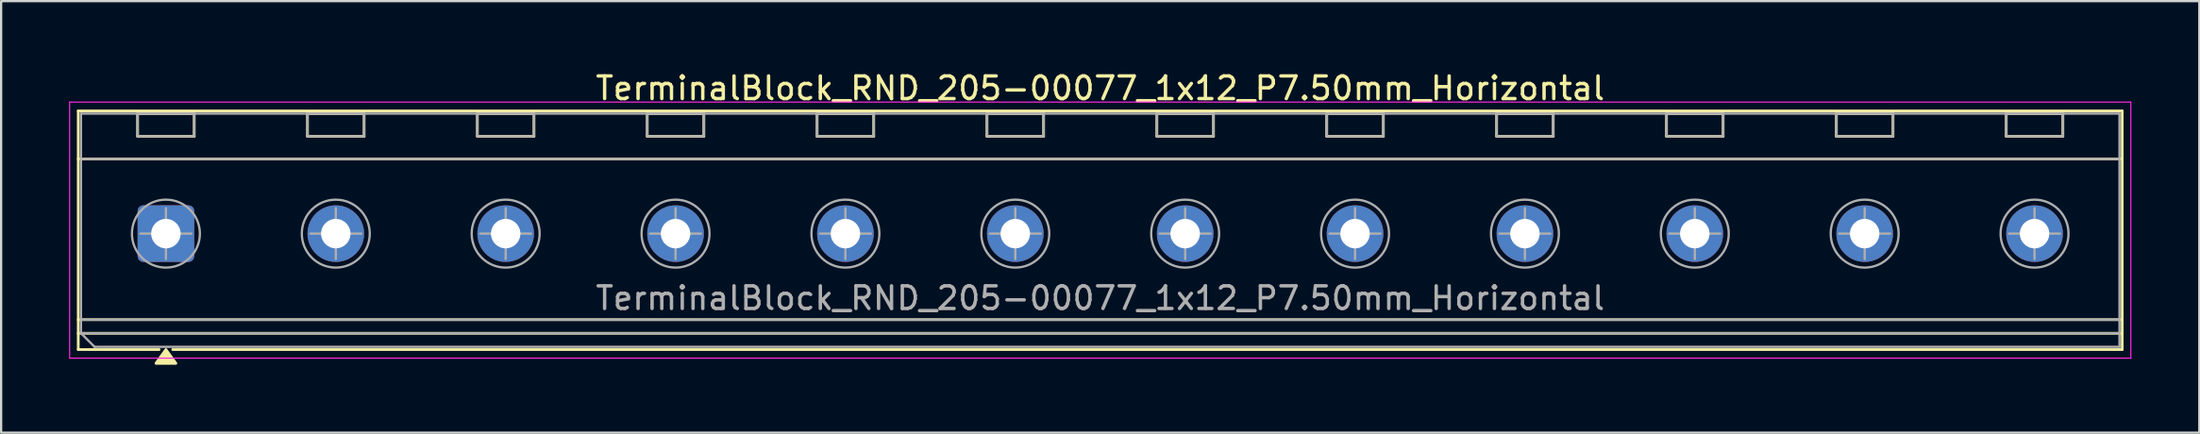
<source format=kicad_pcb>
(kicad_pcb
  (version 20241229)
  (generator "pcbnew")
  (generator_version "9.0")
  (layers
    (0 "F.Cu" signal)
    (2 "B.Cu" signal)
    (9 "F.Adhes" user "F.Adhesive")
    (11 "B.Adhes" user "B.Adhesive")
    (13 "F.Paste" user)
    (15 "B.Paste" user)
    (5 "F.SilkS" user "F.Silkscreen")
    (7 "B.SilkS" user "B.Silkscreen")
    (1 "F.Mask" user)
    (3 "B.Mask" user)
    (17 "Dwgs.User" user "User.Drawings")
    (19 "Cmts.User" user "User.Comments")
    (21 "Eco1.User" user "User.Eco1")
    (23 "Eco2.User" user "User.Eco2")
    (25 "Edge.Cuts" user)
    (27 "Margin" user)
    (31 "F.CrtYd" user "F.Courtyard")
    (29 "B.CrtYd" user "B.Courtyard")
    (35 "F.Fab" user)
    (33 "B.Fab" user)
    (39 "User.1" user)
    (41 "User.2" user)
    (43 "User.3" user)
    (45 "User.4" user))
  (footprint "TerminalBlock_RND_205-00077_1x12_P7.50mm_Horizontal"
    (layer "F.Cu")
    (at 4.275 7.268)
    (property "Reference" "TerminalBlock_RND_205-00077_1x12_P7.50mm_Horizontal" (at 41.25 -6.42 0) (layer "F.SilkS") (effects (font (size 1 1) (thickness 0.15))))
    (attr through_hole)
    (fp_line (start -3.87 -5.42) (end 86.37 -5.42) (stroke (width 0.12) (type solid)) (layer "F.SilkS"))
    (fp_line (start -3.87 -3.3) (end 86.37 -3.3) (stroke (width 0.12) (type solid)) (layer "F.SilkS"))
    (fp_line (start -3.87 3.8) (end 86.37 3.8) (stroke (width 0.12) (type solid)) (layer "F.SilkS"))
    (fp_line (start -3.87 4.4) (end 86.37 4.4) (stroke (width 0.12) (type solid)) (layer "F.SilkS"))
    (fp_line (start -3.87 5.12) (end -3.87 -5.42) (stroke (width 0.12) (type solid)) (layer "F.SilkS"))
    (fp_line (start -1.25 -5.3) (end 1.25 -5.3) (stroke (width 0.12) (type solid)) (layer "F.SilkS"))
    (fp_line (start -1.25 -4.3) (end -1.25 -5.3) (stroke (width 0.12) (type solid)) (layer "F.SilkS"))
    (fp_line (start -0.3 5.12) (end -3.87 5.12) (stroke (width 0.12) (type solid)) (layer "F.SilkS"))
    (fp_line (start 1.25 -5.3) (end 1.25 -4.3) (stroke (width 0.12) (type solid)) (layer "F.SilkS"))
    (fp_line (start 1.25 -4.3) (end -1.25 -4.3) (stroke (width 0.12) (type solid)) (layer "F.SilkS"))
    (fp_line (start 6.25 -5.3) (end 8.75 -5.3) (stroke (width 0.12) (type solid)) (layer "F.SilkS"))
    (fp_line (start 6.25 -4.3) (end 6.25 -5.3) (stroke (width 0.12) (type solid)) (layer "F.SilkS"))
    (fp_line (start 8.75 -5.3) (end 8.75 -4.3) (stroke (width 0.12) (type solid)) (layer "F.SilkS"))
    (fp_line (start 8.75 -4.3) (end 6.25 -4.3) (stroke (width 0.12) (type solid)) (layer "F.SilkS"))
    (fp_line (start 13.75 -5.3) (end 16.25 -5.3) (stroke (width 0.12) (type solid)) (layer "F.SilkS"))
    (fp_line (start 13.75 -4.3) (end 13.75 -5.3) (stroke (width 0.12) (type solid)) (layer "F.SilkS"))
    (fp_line (start 16.25 -5.3) (end 16.25 -4.3) (stroke (width 0.12) (type solid)) (layer "F.SilkS"))
    (fp_line (start 16.25 -4.3) (end 13.75 -4.3) (stroke (width 0.12) (type solid)) (layer "F.SilkS"))
    (fp_line (start 21.25 -5.3) (end 23.75 -5.3) (stroke (width 0.12) (type solid)) (layer "F.SilkS"))
    (fp_line (start 21.25 -4.3) (end 21.25 -5.3) (stroke (width 0.12) (type solid)) (layer "F.SilkS"))
    (fp_line (start 23.75 -5.3) (end 23.75 -4.3) (stroke (width 0.12) (type solid)) (layer "F.SilkS"))
    (fp_line (start 23.75 -4.3) (end 21.25 -4.3) (stroke (width 0.12) (type solid)) (layer "F.SilkS"))
    (fp_line (start 28.75 -5.3) (end 31.25 -5.3) (stroke (width 0.12) (type solid)) (layer "F.SilkS"))
    (fp_line (start 28.75 -4.3) (end 28.75 -5.3) (stroke (width 0.12) (type solid)) (layer "F.SilkS"))
    (fp_line (start 31.25 -5.3) (end 31.25 -4.3) (stroke (width 0.12) (type solid)) (layer "F.SilkS"))
    (fp_line (start 31.25 -4.3) (end 28.75 -4.3) (stroke (width 0.12) (type solid)) (layer "F.SilkS"))
    (fp_line (start 36.25 -5.3) (end 38.75 -5.3) (stroke (width 0.12) (type solid)) (layer "F.SilkS"))
    (fp_line (start 36.25 -4.3) (end 36.25 -5.3) (stroke (width 0.12) (type solid)) (layer "F.SilkS"))
    (fp_line (start 38.75 -5.3) (end 38.75 -4.3) (stroke (width 0.12) (type solid)) (layer "F.SilkS"))
    (fp_line (start 38.75 -4.3) (end 36.25 -4.3) (stroke (width 0.12) (type solid)) (layer "F.SilkS"))
    (fp_line (start 43.75 -5.3) (end 46.25 -5.3) (stroke (width 0.12) (type solid)) (layer "F.SilkS"))
    (fp_line (start 43.75 -4.3) (end 43.75 -5.3) (stroke (width 0.12) (type solid)) (layer "F.SilkS"))
    (fp_line (start 46.25 -5.3) (end 46.25 -4.3) (stroke (width 0.12) (type solid)) (layer "F.SilkS"))
    (fp_line (start 46.25 -4.3) (end 43.75 -4.3) (stroke (width 0.12) (type solid)) (layer "F.SilkS"))
    (fp_line (start 51.25 -5.3) (end 53.75 -5.3) (stroke (width 0.12) (type solid)) (layer "F.SilkS"))
    (fp_line (start 51.25 -4.3) (end 51.25 -5.3) (stroke (width 0.12) (type solid)) (layer "F.SilkS"))
    (fp_line (start 53.75 -5.3) (end 53.75 -4.3) (stroke (width 0.12) (type solid)) (layer "F.SilkS"))
    (fp_line (start 53.75 -4.3) (end 51.25 -4.3) (stroke (width 0.12) (type solid)) (layer "F.SilkS"))
    (fp_line (start 58.75 -5.3) (end 61.25 -5.3) (stroke (width 0.12) (type solid)) (layer "F.SilkS"))
    (fp_line (start 58.75 -4.3) (end 58.75 -5.3) (stroke (width 0.12) (type solid)) (layer "F.SilkS"))
    (fp_line (start 61.25 -5.3) (end 61.25 -4.3) (stroke (width 0.12) (type solid)) (layer "F.SilkS"))
    (fp_line (start 61.25 -4.3) (end 58.75 -4.3) (stroke (width 0.12) (type solid)) (layer "F.SilkS"))
    (fp_line (start 66.25 -5.3) (end 68.75 -5.3) (stroke (width 0.12) (type solid)) (layer "F.SilkS"))
    (fp_line (start 66.25 -4.3) (end 66.25 -5.3) (stroke (width 0.12) (type solid)) (layer "F.SilkS"))
    (fp_line (start 68.75 -5.3) (end 68.75 -4.3) (stroke (width 0.12) (type solid)) (layer "F.SilkS"))
    (fp_line (start 68.75 -4.3) (end 66.25 -4.3) (stroke (width 0.12) (type solid)) (layer "F.SilkS"))
    (fp_line (start 73.75 -5.3) (end 76.25 -5.3) (stroke (width 0.12) (type solid)) (layer "F.SilkS"))
    (fp_line (start 73.75 -4.3) (end 73.75 -5.3) (stroke (width 0.12) (type solid)) (layer "F.SilkS"))
    (fp_line (start 76.25 -5.3) (end 76.25 -4.3) (stroke (width 0.12) (type solid)) (layer "F.SilkS"))
    (fp_line (start 76.25 -4.3) (end 73.75 -4.3) (stroke (width 0.12) (type solid)) (layer "F.SilkS"))
    (fp_line (start 81.25 -5.3) (end 83.75 -5.3) (stroke (width 0.12) (type solid)) (layer "F.SilkS"))
    (fp_line (start 81.25 -4.3) (end 81.25 -5.3) (stroke (width 0.12) (type solid)) (layer "F.SilkS"))
    (fp_line (start 83.75 -5.3) (end 83.75 -4.3) (stroke (width 0.12) (type solid)) (layer "F.SilkS"))
    (fp_line (start 83.75 -4.3) (end 81.25 -4.3) (stroke (width 0.12) (type solid)) (layer "F.SilkS"))
    (fp_line (start 86.37 -5.42) (end 86.37 5.12) (stroke (width 0.12) (type solid)) (layer "F.SilkS"))
    (fp_line (start 86.37 5.12) (end 0.3 5.12) (stroke (width 0.12) (type solid)) (layer "F.SilkS"))
    (fp_poly (pts (xy 0 5.12) (xy 0.44 5.73) (xy -0.44 5.73)) (stroke (width 0.12) (type solid)) (fill yes) (layer "F.SilkS"))
    (fp_line (start -4.25 -5.81) (end -4.25 5.5) (stroke (width 0.05) (type solid)) (layer "F.CrtYd"))
    (fp_line (start -4.25 5.5) (end 86.75 5.5) (stroke (width 0.05) (type solid)) (layer "F.CrtYd"))
    (fp_line (start 86.75 -5.81) (end -4.25 -5.81) (stroke (width 0.05) (type solid)) (layer "F.CrtYd"))
    (fp_line (start 86.75 5.5) (end 86.75 -5.81) (stroke (width 0.05) (type solid)) (layer "F.CrtYd"))
    (fp_line (start -3.75 -5.3) (end 86.25 -5.3) (stroke (width 0.1) (type solid)) (layer "F.Fab"))
    (fp_line (start -3.75 -3.3) (end 86.25 -3.3) (stroke (width 0.1) (type solid)) (layer "F.Fab"))
    (fp_line (start -3.75 3.8) (end 86.25 3.8) (stroke (width 0.1) (type solid)) (layer "F.Fab"))
    (fp_line (start -3.75 4.4) (end -3.75 -5.3) (stroke (width 0.1) (type solid)) (layer "F.Fab"))
    (fp_line (start -3.75 4.4) (end 86.25 4.4) (stroke (width 0.1) (type solid)) (layer "F.Fab"))
    (fp_line (start -3.15 5) (end -3.75 4.4) (stroke (width 0.1) (type solid)) (layer "F.Fab"))
    (fp_line (start -1.25 -5.3) (end -1.25 -4.3) (stroke (width 0.1) (type solid)) (layer "F.Fab"))
    (fp_line (start -1.25 -4.3) (end 1.25 -4.3) (stroke (width 0.1) (type solid)) (layer "F.Fab"))
    (fp_line (start -1.125 0) (end 1.125 0) (stroke (width 0.1) (type solid)) (layer "F.Fab"))
    (fp_line (start 0 -1.125) (end 0 1.125) (stroke (width 0.1) (type solid)) (layer "F.Fab"))
    (fp_line (start 1.25 -5.3) (end -1.25 -5.3) (stroke (width 0.1) (type solid)) (layer "F.Fab"))
    (fp_line (start 1.25 -4.3) (end 1.25 -5.3) (stroke (width 0.1) (type solid)) (layer "F.Fab"))
    (fp_line (start 6.25 -5.3) (end 6.25 -4.3) (stroke (width 0.1) (type solid)) (layer "F.Fab"))
    (fp_line (start 6.25 -4.3) (end 8.75 -4.3) (stroke (width 0.1) (type solid)) (layer "F.Fab"))
    (fp_line (start 6.375 0) (end 8.625 0) (stroke (width 0.1) (type solid)) (layer "F.Fab"))
    (fp_line (start 7.5 -1.125) (end 7.5 1.125) (stroke (width 0.1) (type solid)) (layer "F.Fab"))
    (fp_line (start 8.75 -5.3) (end 6.25 -5.3) (stroke (width 0.1) (type solid)) (layer "F.Fab"))
    (fp_line (start 8.75 -4.3) (end 8.75 -5.3) (stroke (width 0.1) (type solid)) (layer "F.Fab"))
    (fp_line (start 13.75 -5.3) (end 13.75 -4.3) (stroke (width 0.1) (type solid)) (layer "F.Fab"))
    (fp_line (start 13.75 -4.3) (end 16.25 -4.3) (stroke (width 0.1) (type solid)) (layer "F.Fab"))
    (fp_line (start 13.875 0) (end 16.125 0) (stroke (width 0.1) (type solid)) (layer "F.Fab"))
    (fp_line (start 15 -1.125) (end 15 1.125) (stroke (width 0.1) (type solid)) (layer "F.Fab"))
    (fp_line (start 16.25 -5.3) (end 13.75 -5.3) (stroke (width 0.1) (type solid)) (layer "F.Fab"))
    (fp_line (start 16.25 -4.3) (end 16.25 -5.3) (stroke (width 0.1) (type solid)) (layer "F.Fab"))
    (fp_line (start 21.25 -5.3) (end 21.25 -4.3) (stroke (width 0.1) (type solid)) (layer "F.Fab"))
    (fp_line (start 21.25 -4.3) (end 23.75 -4.3) (stroke (width 0.1) (type solid)) (layer "F.Fab"))
    (fp_line (start 21.375 0) (end 23.625 0) (stroke (width 0.1) (type solid)) (layer "F.Fab"))
    (fp_line (start 22.5 -1.125) (end 22.5 1.125) (stroke (width 0.1) (type solid)) (layer "F.Fab"))
    (fp_line (start 23.75 -5.3) (end 21.25 -5.3) (stroke (width 0.1) (type solid)) (layer "F.Fab"))
    (fp_line (start 23.75 -4.3) (end 23.75 -5.3) (stroke (width 0.1) (type solid)) (layer "F.Fab"))
    (fp_line (start 28.75 -5.3) (end 28.75 -4.3) (stroke (width 0.1) (type solid)) (layer "F.Fab"))
    (fp_line (start 28.75 -4.3) (end 31.25 -4.3) (stroke (width 0.1) (type solid)) (layer "F.Fab"))
    (fp_line (start 28.875 0) (end 31.125 0) (stroke (width 0.1) (type solid)) (layer "F.Fab"))
    (fp_line (start 30 -1.125) (end 30 1.125) (stroke (width 0.1) (type solid)) (layer "F.Fab"))
    (fp_line (start 31.25 -5.3) (end 28.75 -5.3) (stroke (width 0.1) (type solid)) (layer "F.Fab"))
    (fp_line (start 31.25 -4.3) (end 31.25 -5.3) (stroke (width 0.1) (type solid)) (layer "F.Fab"))
    (fp_line (start 36.25 -5.3) (end 36.25 -4.3) (stroke (width 0.1) (type solid)) (layer "F.Fab"))
    (fp_line (start 36.25 -4.3) (end 38.75 -4.3) (stroke (width 0.1) (type solid)) (layer "F.Fab"))
    (fp_line (start 36.375 0) (end 38.625 0) (stroke (width 0.1) (type solid)) (layer "F.Fab"))
    (fp_line (start 37.5 -1.125) (end 37.5 1.125) (stroke (width 0.1) (type solid)) (layer "F.Fab"))
    (fp_line (start 38.75 -5.3) (end 36.25 -5.3) (stroke (width 0.1) (type solid)) (layer "F.Fab"))
    (fp_line (start 38.75 -4.3) (end 38.75 -5.3) (stroke (width 0.1) (type solid)) (layer "F.Fab"))
    (fp_line (start 43.75 -5.3) (end 43.75 -4.3) (stroke (width 0.1) (type solid)) (layer "F.Fab"))
    (fp_line (start 43.75 -4.3) (end 46.25 -4.3) (stroke (width 0.1) (type solid)) (layer "F.Fab"))
    (fp_line (start 43.875 0) (end 46.125 0) (stroke (width 0.1) (type solid)) (layer "F.Fab"))
    (fp_line (start 45 -1.125) (end 45 1.125) (stroke (width 0.1) (type solid)) (layer "F.Fab"))
    (fp_line (start 46.25 -5.3) (end 43.75 -5.3) (stroke (width 0.1) (type solid)) (layer "F.Fab"))
    (fp_line (start 46.25 -4.3) (end 46.25 -5.3) (stroke (width 0.1) (type solid)) (layer "F.Fab"))
    (fp_line (start 51.25 -5.3) (end 51.25 -4.3) (stroke (width 0.1) (type solid)) (layer "F.Fab"))
    (fp_line (start 51.25 -4.3) (end 53.75 -4.3) (stroke (width 0.1) (type solid)) (layer "F.Fab"))
    (fp_line (start 51.375 0) (end 53.625 0) (stroke (width 0.1) (type solid)) (layer "F.Fab"))
    (fp_line (start 52.5 -1.125) (end 52.5 1.125) (stroke (width 0.1) (type solid)) (layer "F.Fab"))
    (fp_line (start 53.75 -5.3) (end 51.25 -5.3) (stroke (width 0.1) (type solid)) (layer "F.Fab"))
    (fp_line (start 53.75 -4.3) (end 53.75 -5.3) (stroke (width 0.1) (type solid)) (layer "F.Fab"))
    (fp_line (start 58.75 -5.3) (end 58.75 -4.3) (stroke (width 0.1) (type solid)) (layer "F.Fab"))
    (fp_line (start 58.75 -4.3) (end 61.25 -4.3) (stroke (width 0.1) (type solid)) (layer "F.Fab"))
    (fp_line (start 58.875 0) (end 61.125 0) (stroke (width 0.1) (type solid)) (layer "F.Fab"))
    (fp_line (start 60 -1.125) (end 60 1.125) (stroke (width 0.1) (type solid)) (layer "F.Fab"))
    (fp_line (start 61.25 -5.3) (end 58.75 -5.3) (stroke (width 0.1) (type solid)) (layer "F.Fab"))
    (fp_line (start 61.25 -4.3) (end 61.25 -5.3) (stroke (width 0.1) (type solid)) (layer "F.Fab"))
    (fp_line (start 66.25 -5.3) (end 66.25 -4.3) (stroke (width 0.1) (type solid)) (layer "F.Fab"))
    (fp_line (start 66.25 -4.3) (end 68.75 -4.3) (stroke (width 0.1) (type solid)) (layer "F.Fab"))
    (fp_line (start 66.375 0) (end 68.625 0) (stroke (width 0.1) (type solid)) (layer "F.Fab"))
    (fp_line (start 67.5 -1.125) (end 67.5 1.125) (stroke (width 0.1) (type solid)) (layer "F.Fab"))
    (fp_line (start 68.75 -5.3) (end 66.25 -5.3) (stroke (width 0.1) (type solid)) (layer "F.Fab"))
    (fp_line (start 68.75 -4.3) (end 68.75 -5.3) (stroke (width 0.1) (type solid)) (layer "F.Fab"))
    (fp_line (start 73.75 -5.3) (end 73.75 -4.3) (stroke (width 0.1) (type solid)) (layer "F.Fab"))
    (fp_line (start 73.75 -4.3) (end 76.25 -4.3) (stroke (width 0.1) (type solid)) (layer "F.Fab"))
    (fp_line (start 73.875 0) (end 76.125 0) (stroke (width 0.1) (type solid)) (layer "F.Fab"))
    (fp_line (start 75 -1.125) (end 75 1.125) (stroke (width 0.1) (type solid)) (layer "F.Fab"))
    (fp_line (start 76.25 -5.3) (end 73.75 -5.3) (stroke (width 0.1) (type solid)) (layer "F.Fab"))
    (fp_line (start 76.25 -4.3) (end 76.25 -5.3) (stroke (width 0.1) (type solid)) (layer "F.Fab"))
    (fp_line (start 81.25 -5.3) (end 81.25 -4.3) (stroke (width 0.1) (type solid)) (layer "F.Fab"))
    (fp_line (start 81.25 -4.3) (end 83.75 -4.3) (stroke (width 0.1) (type solid)) (layer "F.Fab"))
    (fp_line (start 81.375 0) (end 83.625 0) (stroke (width 0.1) (type solid)) (layer "F.Fab"))
    (fp_line (start 82.5 -1.125) (end 82.5 1.125) (stroke (width 0.1) (type solid)) (layer "F.Fab"))
    (fp_line (start 83.75 -5.3) (end 81.25 -5.3) (stroke (width 0.1) (type solid)) (layer "F.Fab"))
    (fp_line (start 83.75 -4.3) (end 83.75 -5.3) (stroke (width 0.1) (type solid)) (layer "F.Fab"))
    (fp_line (start 86.25 -5.3) (end 86.25 5) (stroke (width 0.1) (type solid)) (layer "F.Fab"))
    (fp_line (start 86.25 5) (end -3.15 5) (stroke (width 0.1) (type solid)) (layer "F.Fab"))
    (fp_circle (center 0 0) (end 1.5 0) (stroke (width 0.1) (type solid)) (fill no) (layer "F.Fab"))
    (fp_circle (center 7.5 0) (end 9 0) (stroke (width 0.1) (type solid)) (fill no) (layer "F.Fab"))
    (fp_circle (center 15 0) (end 16.5 0) (stroke (width 0.1) (type solid)) (fill no) (layer "F.Fab"))
    (fp_circle (center 22.5 0) (end 24 0) (stroke (width 0.1) (type solid)) (fill no) (layer "F.Fab"))
    (fp_circle (center 30 0) (end 31.5 0) (stroke (width 0.1) (type solid)) (fill no) (layer "F.Fab"))
    (fp_circle (center 37.5 0) (end 39 0) (stroke (width 0.1) (type solid)) (fill no) (layer "F.Fab"))
    (fp_circle (center 45 0) (end 46.5 0) (stroke (width 0.1) (type solid)) (fill no) (layer "F.Fab"))
    (fp_circle (center 52.5 0) (end 54 0) (stroke (width 0.1) (type solid)) (fill no) (layer "F.Fab"))
    (fp_circle (center 60 0) (end 61.5 0) (stroke (width 0.1) (type solid)) (fill no) (layer "F.Fab"))
    (fp_circle (center 67.5 0) (end 69 0) (stroke (width 0.1) (type solid)) (fill no) (layer "F.Fab"))
    (fp_circle (center 75 0) (end 76.5 0) (stroke (width 0.1) (type solid)) (fill no) (layer "F.Fab"))
    (fp_circle (center 82.5 0) (end 84 0) (stroke (width 0.1) (type solid)) (fill no) (layer "F.Fab"))
    (fp_text user "${REFERENCE}" (at 41.25 2.85 0) (layer "F.Fab") (effects (font (size 1 1) (thickness 0.15))))
    (pad "1" thru_hole roundrect (at 0 0) (size 2.5 2.5) (drill 1.3) (layers "*.Cu" "*.Mask") (roundrect_rratio 0.1))
    (pad "2" thru_hole circle (at 7.5 0) (size 2.5 2.5) (drill 1.3) (layers "*.Cu" "*.Mask"))
    (pad "3" thru_hole circle (at 15 0) (size 2.5 2.5) (drill 1.3) (layers "*.Cu" "*.Mask"))
    (pad "4" thru_hole circle (at 22.5 0) (size 2.5 2.5) (drill 1.3) (layers "*.Cu" "*.Mask"))
    (pad "5" thru_hole circle (at 30 0) (size 2.5 2.5) (drill 1.3) (layers "*.Cu" "*.Mask"))
    (pad "6" thru_hole circle (at 37.5 0) (size 2.5 2.5) (drill 1.3) (layers "*.Cu" "*.Mask"))
    (pad "7" thru_hole circle (at 45 0) (size 2.5 2.5) (drill 1.3) (layers "*.Cu" "*.Mask"))
    (pad "8" thru_hole circle (at 52.5 0) (size 2.5 2.5) (drill 1.3) (layers "*.Cu" "*.Mask"))
    (pad "9" thru_hole circle (at 60 0) (size 2.5 2.5) (drill 1.3) (layers "*.Cu" "*.Mask"))
    (pad "10" thru_hole circle (at 67.5 0) (size 2.5 2.5) (drill 1.3) (layers "*.Cu" "*.Mask"))
    (pad "11" thru_hole circle (at 75 0) (size 2.5 2.5) (drill 1.3) (layers "*.Cu" "*.Mask"))
    (pad "12" thru_hole circle (at 82.5 0) (size 2.5 2.5) (drill 1.3) (layers "*.Cu" "*.Mask")))
  (gr_rect
    (start -3 -3)
    (end 94.05 16.058)
    (stroke (width 0.1) (type default))
    (fill no)
    (layer "Edge.Cuts")))
</source>
